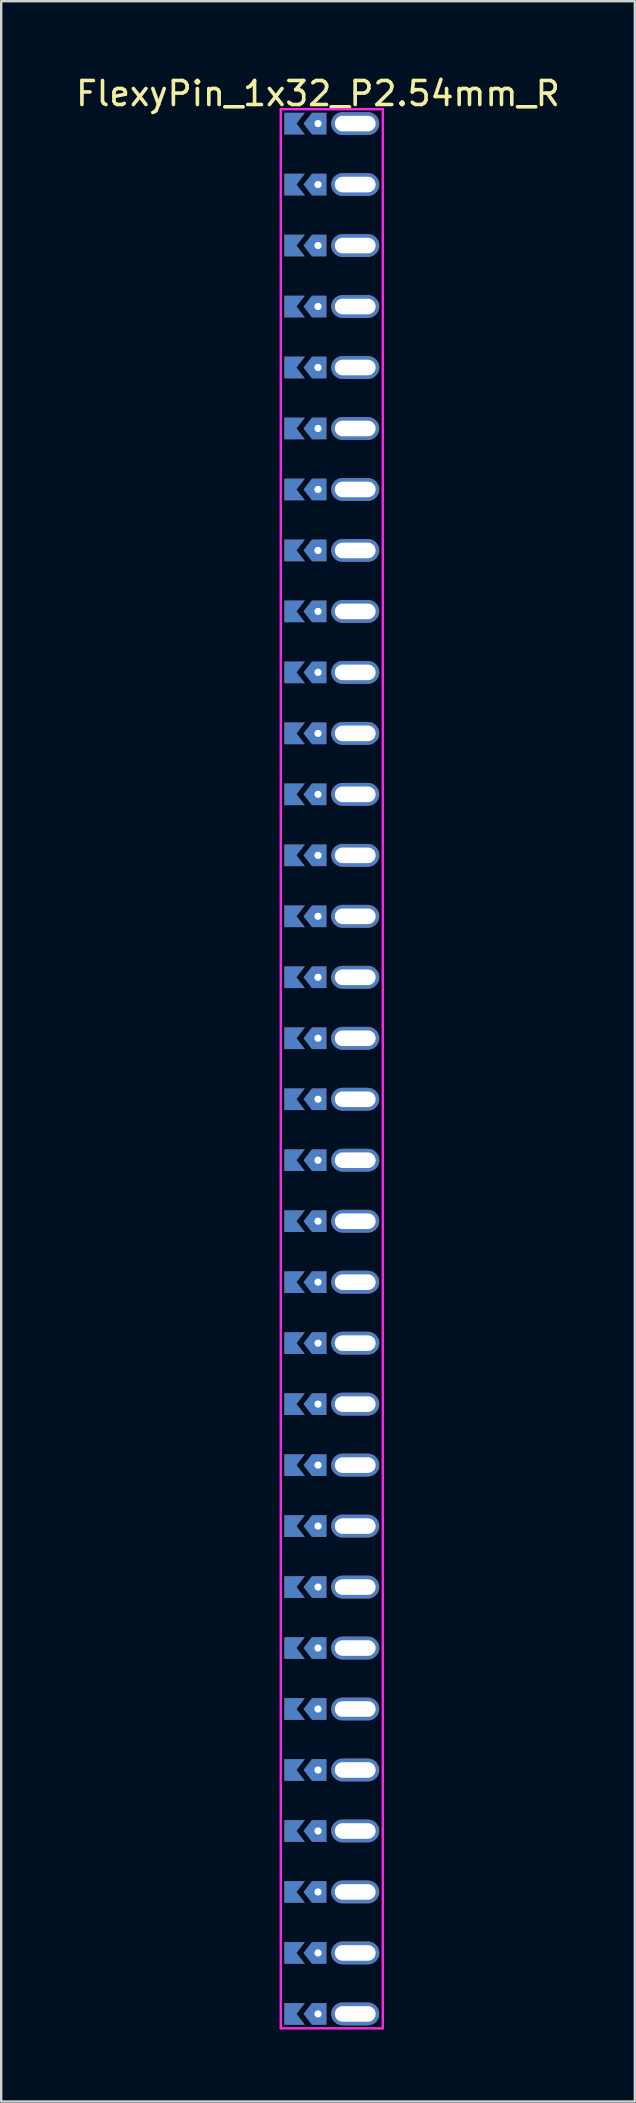
<source format=kicad_pcb>
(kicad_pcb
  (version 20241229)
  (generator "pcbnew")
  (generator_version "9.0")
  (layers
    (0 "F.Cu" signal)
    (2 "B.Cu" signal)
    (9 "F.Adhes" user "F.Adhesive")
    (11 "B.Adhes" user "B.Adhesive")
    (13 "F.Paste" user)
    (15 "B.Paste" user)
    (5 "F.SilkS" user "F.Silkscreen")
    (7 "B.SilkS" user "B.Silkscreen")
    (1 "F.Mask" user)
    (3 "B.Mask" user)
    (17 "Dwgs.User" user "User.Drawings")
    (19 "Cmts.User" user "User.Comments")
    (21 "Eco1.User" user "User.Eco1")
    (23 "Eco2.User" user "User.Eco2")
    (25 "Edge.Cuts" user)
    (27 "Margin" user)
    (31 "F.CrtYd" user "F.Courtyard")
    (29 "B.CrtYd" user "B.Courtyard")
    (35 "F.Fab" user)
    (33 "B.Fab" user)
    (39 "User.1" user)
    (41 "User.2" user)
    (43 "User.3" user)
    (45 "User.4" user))
  (footprint "FlexyPin_1x32_P2.54mm_R"
    (layer "F.Cu")
    (at 10.196 2.098)
    (property "Reference" "FlexyPin_1x32_P2.54mm_R" (at 0 -1.25 0) (layer "F.SilkS") (effects (font (size 1 1) (thickness 0.15))))
    (attr through_hole)
    (fp_line (start -1.55 -0.6) (end 2.7 -0.6) (stroke (width 0.1) (type solid)) (layer "F.CrtYd"))
    (fp_line (start -1.55 79.34) (end -1.55 -0.6) (stroke (width 0.1) (type solid)) (layer "F.CrtYd"))
    (fp_line (start 2.7 -0.6) (end 2.7 79.34) (stroke (width 0.1) (type solid)) (layer "F.CrtYd"))
    (fp_line (start 2.7 79.34) (end -1.55 79.34) (stroke (width 0.1) (type solid)) (layer "F.CrtYd"))
    (pad "" thru_hole custom (at 0 0) (size 0.3 0.3) (drill 0.6) (layers "*.Cu" "*.Mask") (options (anchor rect)) (primitives (gr_poly (pts (xy 0.35 0.45) (xy 0.35 -0.45) (xy -0.25 -0.45) (xy -0.6 0) (xy -0.25 0.45)) (width 0) (fill yes))))
    (pad "" thru_hole custom (at 0 2.54) (size 0.3 0.3) (drill 0.6) (layers "*.Cu" "*.Mask") (options (anchor rect)) (primitives (gr_poly (pts (xy 0.35 0.45) (xy 0.35 -0.45) (xy -0.25 -0.45) (xy -0.6 0) (xy -0.25 0.45)) (width 0) (fill yes))))
    (pad "" thru_hole custom (at 0 5.08) (size 0.3 0.3) (drill 0.6) (layers "*.Cu" "*.Mask") (options (anchor rect)) (primitives (gr_poly (pts (xy 0.35 0.45) (xy 0.35 -0.45) (xy -0.25 -0.45) (xy -0.6 0) (xy -0.25 0.45)) (width 0) (fill yes))))
    (pad "" thru_hole custom (at 0 7.62) (size 0.3 0.3) (drill 0.6) (layers "*.Cu" "*.Mask") (options (anchor rect)) (primitives (gr_poly (pts (xy 0.35 0.45) (xy 0.35 -0.45) (xy -0.25 -0.45) (xy -0.6 0) (xy -0.25 0.45)) (width 0) (fill yes))))
    (pad "" thru_hole custom (at 0 10.16) (size 0.3 0.3) (drill 0.6) (layers "*.Cu" "*.Mask") (options (anchor rect)) (primitives (gr_poly (pts (xy 0.35 0.45) (xy 0.35 -0.45) (xy -0.25 -0.45) (xy -0.6 0) (xy -0.25 0.45)) (width 0) (fill yes))))
    (pad "" thru_hole custom (at 0 12.7) (size 0.3 0.3) (drill 0.6) (layers "*.Cu" "*.Mask") (options (anchor rect)) (primitives (gr_poly (pts (xy 0.35 0.45) (xy 0.35 -0.45) (xy -0.25 -0.45) (xy -0.6 0) (xy -0.25 0.45)) (width 0) (fill yes))))
    (pad "" thru_hole custom (at 0 15.24) (size 0.3 0.3) (drill 0.6) (layers "*.Cu" "*.Mask") (options (anchor rect)) (primitives (gr_poly (pts (xy 0.35 0.45) (xy 0.35 -0.45) (xy -0.25 -0.45) (xy -0.6 0) (xy -0.25 0.45)) (width 0) (fill yes))))
    (pad "" thru_hole custom (at 0 17.78) (size 0.3 0.3) (drill 0.6) (layers "*.Cu" "*.Mask") (options (anchor rect)) (primitives (gr_poly (pts (xy 0.35 0.45) (xy 0.35 -0.45) (xy -0.25 -0.45) (xy -0.6 0) (xy -0.25 0.45)) (width 0) (fill yes))))
    (pad "" thru_hole custom (at 0 20.32) (size 0.3 0.3) (drill 0.6) (layers "*.Cu" "*.Mask") (options (anchor rect)) (primitives (gr_poly (pts (xy 0.35 0.45) (xy 0.35 -0.45) (xy -0.25 -0.45) (xy -0.6 0) (xy -0.25 0.45)) (width 0) (fill yes))))
    (pad "" thru_hole custom (at 0 22.86) (size 0.3 0.3) (drill 0.6) (layers "*.Cu" "*.Mask") (options (anchor rect)) (primitives (gr_poly (pts (xy 0.35 0.45) (xy 0.35 -0.45) (xy -0.25 -0.45) (xy -0.6 0) (xy -0.25 0.45)) (width 0) (fill yes))))
    (pad "" thru_hole custom (at 0 25.4) (size 0.3 0.3) (drill 0.6) (layers "*.Cu" "*.Mask") (options (anchor rect)) (primitives (gr_poly (pts (xy 0.35 0.45) (xy 0.35 -0.45) (xy -0.25 -0.45) (xy -0.6 0) (xy -0.25 0.45)) (width 0) (fill yes))))
    (pad "" thru_hole custom (at 0 27.94) (size 0.3 0.3) (drill 0.6) (layers "*.Cu" "*.Mask") (options (anchor rect)) (primitives (gr_poly (pts (xy 0.35 0.45) (xy 0.35 -0.45) (xy -0.25 -0.45) (xy -0.6 0) (xy -0.25 0.45)) (width 0) (fill yes))))
    (pad "" thru_hole custom (at 0 30.48) (size 0.3 0.3) (drill 0.6) (layers "*.Cu" "*.Mask") (options (anchor rect)) (primitives (gr_poly (pts (xy 0.35 0.45) (xy 0.35 -0.45) (xy -0.25 -0.45) (xy -0.6 0) (xy -0.25 0.45)) (width 0) (fill yes))))
    (pad "" thru_hole custom (at 0 33.02) (size 0.3 0.3) (drill 0.6) (layers "*.Cu" "*.Mask") (options (anchor rect)) (primitives (gr_poly (pts (xy 0.35 0.45) (xy 0.35 -0.45) (xy -0.25 -0.45) (xy -0.6 0) (xy -0.25 0.45)) (width 0) (fill yes))))
    (pad "" thru_hole custom (at 0 35.56) (size 0.3 0.3) (drill 0.6) (layers "*.Cu" "*.Mask") (options (anchor rect)) (primitives (gr_poly (pts (xy 0.35 0.45) (xy 0.35 -0.45) (xy -0.25 -0.45) (xy -0.6 0) (xy -0.25 0.45)) (width 0) (fill yes))))
    (pad "" thru_hole custom (at 0 38.1) (size 0.3 0.3) (drill 0.6) (layers "*.Cu" "*.Mask") (options (anchor rect)) (primitives (gr_poly (pts (xy 0.35 0.45) (xy 0.35 -0.45) (xy -0.25 -0.45) (xy -0.6 0) (xy -0.25 0.45)) (width 0) (fill yes))))
    (pad "" thru_hole custom (at 0 40.64) (size 0.3 0.3) (drill 0.6) (layers "*.Cu" "*.Mask") (options (anchor rect)) (primitives (gr_poly (pts (xy 0.35 0.45) (xy 0.35 -0.45) (xy -0.25 -0.45) (xy -0.6 0) (xy -0.25 0.45)) (width 0) (fill yes))))
    (pad "" thru_hole custom (at 0 43.18) (size 0.3 0.3) (drill 0.6) (layers "*.Cu" "*.Mask") (options (anchor rect)) (primitives (gr_poly (pts (xy 0.35 0.45) (xy 0.35 -0.45) (xy -0.25 -0.45) (xy -0.6 0) (xy -0.25 0.45)) (width 0) (fill yes))))
    (pad "" thru_hole custom (at 0 45.72) (size 0.3 0.3) (drill 0.6) (layers "*.Cu" "*.Mask") (options (anchor rect)) (primitives (gr_poly (pts (xy 0.35 0.45) (xy 0.35 -0.45) (xy -0.25 -0.45) (xy -0.6 0) (xy -0.25 0.45)) (width 0) (fill yes))))
    (pad "" thru_hole custom (at 0 48.26) (size 0.3 0.3) (drill 0.6) (layers "*.Cu" "*.Mask") (options (anchor rect)) (primitives (gr_poly (pts (xy 0.35 0.45) (xy 0.35 -0.45) (xy -0.25 -0.45) (xy -0.6 0) (xy -0.25 0.45)) (width 0) (fill yes))))
    (pad "" thru_hole custom (at 0 50.8) (size 0.3 0.3) (drill 0.6) (layers "*.Cu" "*.Mask") (options (anchor rect)) (primitives (gr_poly (pts (xy 0.35 0.45) (xy 0.35 -0.45) (xy -0.25 -0.45) (xy -0.6 0) (xy -0.25 0.45)) (width 0) (fill yes))))
    (pad "" thru_hole custom (at 0 53.34) (size 0.3 0.3) (drill 0.6) (layers "*.Cu" "*.Mask") (options (anchor rect)) (primitives (gr_poly (pts (xy 0.35 0.45) (xy 0.35 -0.45) (xy -0.25 -0.45) (xy -0.6 0) (xy -0.25 0.45)) (width 0) (fill yes))))
    (pad "" thru_hole custom (at 0 55.88) (size 0.3 0.3) (drill 0.6) (layers "*.Cu" "*.Mask") (options (anchor rect)) (primitives (gr_poly (pts (xy 0.35 0.45) (xy 0.35 -0.45) (xy -0.25 -0.45) (xy -0.6 0) (xy -0.25 0.45)) (width 0) (fill yes))))
    (pad "" thru_hole custom (at 0 58.42) (size 0.3 0.3) (drill 0.6) (layers "*.Cu" "*.Mask") (options (anchor rect)) (primitives (gr_poly (pts (xy 0.35 0.45) (xy 0.35 -0.45) (xy -0.25 -0.45) (xy -0.6 0) (xy -0.25 0.45)) (width 0) (fill yes))))
    (pad "" thru_hole custom (at 0 60.96) (size 0.3 0.3) (drill 0.6) (layers "*.Cu" "*.Mask") (options (anchor rect)) (primitives (gr_poly (pts (xy 0.35 0.45) (xy 0.35 -0.45) (xy -0.25 -0.45) (xy -0.6 0) (xy -0.25 0.45)) (width 0) (fill yes))))
    (pad "" thru_hole custom (at 0 63.5) (size 0.3 0.3) (drill 0.6) (layers "*.Cu" "*.Mask") (options (anchor rect)) (primitives (gr_poly (pts (xy 0.35 0.45) (xy 0.35 -0.45) (xy -0.25 -0.45) (xy -0.6 0) (xy -0.25 0.45)) (width 0) (fill yes))))
    (pad "" thru_hole custom (at 0 66.04) (size 0.3 0.3) (drill 0.6) (layers "*.Cu" "*.Mask") (options (anchor rect)) (primitives (gr_poly (pts (xy 0.35 0.45) (xy 0.35 -0.45) (xy -0.25 -0.45) (xy -0.6 0) (xy -0.25 0.45)) (width 0) (fill yes))))
    (pad "" thru_hole custom (at 0 68.58) (size 0.3 0.3) (drill 0.6) (layers "*.Cu" "*.Mask") (options (anchor rect)) (primitives (gr_poly (pts (xy 0.35 0.45) (xy 0.35 -0.45) (xy -0.25 -0.45) (xy -0.6 0) (xy -0.25 0.45)) (width 0) (fill yes))))
    (pad "" thru_hole custom (at 0 71.12) (size 0.3 0.3) (drill 0.6) (layers "*.Cu" "*.Mask") (options (anchor rect)) (primitives (gr_poly (pts (xy 0.35 0.45) (xy 0.35 -0.45) (xy -0.25 -0.45) (xy -0.6 0) (xy -0.25 0.45)) (width 0) (fill yes))))
    (pad "" thru_hole custom (at 0 73.66) (size 0.3 0.3) (drill 0.6) (layers "*.Cu" "*.Mask") (options (anchor rect)) (primitives (gr_poly (pts (xy 0.35 0.45) (xy 0.35 -0.45) (xy -0.25 -0.45) (xy -0.6 0) (xy -0.25 0.45)) (width 0) (fill yes))))
    (pad "" thru_hole custom (at 0 76.2) (size 0.3 0.3) (drill 0.6) (layers "*.Cu" "*.Mask") (options (anchor rect)) (primitives (gr_poly (pts (xy 0.35 0.45) (xy 0.35 -0.45) (xy -0.25 -0.45) (xy -0.6 0) (xy -0.25 0.45)) (width 0) (fill yes))))
    (pad "" thru_hole custom (at 0 78.74) (size 0.3 0.3) (drill 0.6) (layers "*.Cu" "*.Mask") (options (anchor rect)) (primitives (gr_poly (pts (xy 0.35 0.45) (xy 0.35 -0.45) (xy -0.25 -0.45) (xy -0.6 0) (xy -0.25 0.45)) (width 0) (fill yes))))
    (pad "" thru_hole oval (at 1.55 0) (size 2 0.95) (drill oval 1.7 0.65) (layers "*.Cu" "*.Mask"))
    (pad "" thru_hole oval (at 1.55 2.54) (size 2 0.95) (drill oval 1.7 0.65) (layers "*.Cu" "*.Mask"))
    (pad "" thru_hole oval (at 1.55 5.08) (size 2 0.95) (drill oval 1.7 0.65) (layers "*.Cu" "*.Mask"))
    (pad "" thru_hole oval (at 1.55 7.62) (size 2 0.95) (drill oval 1.7 0.65) (layers "*.Cu" "*.Mask"))
    (pad "" thru_hole oval (at 1.55 10.16) (size 2 0.95) (drill oval 1.7 0.65) (layers "*.Cu" "*.Mask"))
    (pad "" thru_hole oval (at 1.55 12.7) (size 2 0.95) (drill oval 1.7 0.65) (layers "*.Cu" "*.Mask"))
    (pad "" thru_hole oval (at 1.55 15.24) (size 2 0.95) (drill oval 1.7 0.65) (layers "*.Cu" "*.Mask"))
    (pad "" thru_hole oval (at 1.55 17.78) (size 2 0.95) (drill oval 1.7 0.65) (layers "*.Cu" "*.Mask"))
    (pad "" thru_hole oval (at 1.55 20.32) (size 2 0.95) (drill oval 1.7 0.65) (layers "*.Cu" "*.Mask"))
    (pad "" thru_hole oval (at 1.55 22.86) (size 2 0.95) (drill oval 1.7 0.65) (layers "*.Cu" "*.Mask"))
    (pad "" thru_hole oval (at 1.55 25.4) (size 2 0.95) (drill oval 1.7 0.65) (layers "*.Cu" "*.Mask"))
    (pad "" thru_hole oval (at 1.55 27.94) (size 2 0.95) (drill oval 1.7 0.65) (layers "*.Cu" "*.Mask"))
    (pad "" thru_hole oval (at 1.55 30.48) (size 2 0.95) (drill oval 1.7 0.65) (layers "*.Cu" "*.Mask"))
    (pad "" thru_hole oval (at 1.55 33.02) (size 2 0.95) (drill oval 1.7 0.65) (layers "*.Cu" "*.Mask"))
    (pad "" thru_hole oval (at 1.55 35.56) (size 2 0.95) (drill oval 1.7 0.65) (layers "*.Cu" "*.Mask"))
    (pad "" thru_hole oval (at 1.55 38.1) (size 2 0.95) (drill oval 1.7 0.65) (layers "*.Cu" "*.Mask"))
    (pad "" thru_hole oval (at 1.55 40.64) (size 2 0.95) (drill oval 1.7 0.65) (layers "*.Cu" "*.Mask"))
    (pad "" thru_hole oval (at 1.55 43.18) (size 2 0.95) (drill oval 1.7 0.65) (layers "*.Cu" "*.Mask"))
    (pad "" thru_hole oval (at 1.55 45.72) (size 2 0.95) (drill oval 1.7 0.65) (layers "*.Cu" "*.Mask"))
    (pad "" thru_hole oval (at 1.55 48.26) (size 2 0.95) (drill oval 1.7 0.65) (layers "*.Cu" "*.Mask"))
    (pad "" thru_hole oval (at 1.55 50.8) (size 2 0.95) (drill oval 1.7 0.65) (layers "*.Cu" "*.Mask"))
    (pad "" thru_hole oval (at 1.55 53.34) (size 2 0.95) (drill oval 1.7 0.65) (layers "*.Cu" "*.Mask"))
    (pad "" thru_hole oval (at 1.55 55.88) (size 2 0.95) (drill oval 1.7 0.65) (layers "*.Cu" "*.Mask"))
    (pad "" thru_hole oval (at 1.55 58.42) (size 2 0.95) (drill oval 1.7 0.65) (layers "*.Cu" "*.Mask"))
    (pad "" thru_hole oval (at 1.55 60.96) (size 2 0.95) (drill oval 1.7 0.65) (layers "*.Cu" "*.Mask"))
    (pad "" thru_hole oval (at 1.55 63.5) (size 2 0.95) (drill oval 1.7 0.65) (layers "*.Cu" "*.Mask"))
    (pad "" thru_hole oval (at 1.55 66.04) (size 2 0.95) (drill oval 1.7 0.65) (layers "*.Cu" "*.Mask"))
    (pad "" thru_hole oval (at 1.55 68.58) (size 2 0.95) (drill oval 1.7 0.65) (layers "*.Cu" "*.Mask"))
    (pad "" thru_hole oval (at 1.55 71.12) (size 2 0.95) (drill oval 1.7 0.65) (layers "*.Cu" "*.Mask"))
    (pad "" thru_hole oval (at 1.55 73.66) (size 2 0.95) (drill oval 1.7 0.65) (layers "*.Cu" "*.Mask"))
    (pad "" thru_hole oval (at 1.55 76.2) (size 2 0.95) (drill oval 1.7 0.65) (layers "*.Cu" "*.Mask"))
    (pad "" thru_hole oval (at 1.55 78.74) (size 2 0.95) (drill oval 1.7 0.65) (layers "*.Cu" "*.Mask"))
    (pad "1" smd custom (at -0.9 0) (size 0.01 0.01) (layers "F.Cu" "F.Mask") (options (anchor rect)) (primitives (gr_poly (pts (xy 0 0) (xy 0.35 0.45) (xy -0.5 0.45) (xy -0.5 -0.45) (xy 0.35 -0.45)) (width 0) (fill yes))))
    (pad "2" smd custom (at -0.9 2.54) (size 0.01 0.01) (layers "F.Cu" "F.Mask") (options (anchor rect)) (primitives (gr_poly (pts (xy 0 0) (xy 0.35 0.45) (xy -0.5 0.45) (xy -0.5 -0.45) (xy 0.35 -0.45)) (width 0) (fill yes))))
    (pad "3" smd custom (at -0.9 5.08) (size 0.01 0.01) (layers "F.Cu" "F.Mask") (options (anchor rect)) (primitives (gr_poly (pts (xy 0 0) (xy 0.35 0.45) (xy -0.5 0.45) (xy -0.5 -0.45) (xy 0.35 -0.45)) (width 0) (fill yes))))
    (pad "4" smd custom (at -0.9 7.62) (size 0.01 0.01) (layers "F.Cu" "F.Mask") (options (anchor rect)) (primitives (gr_poly (pts (xy 0 0) (xy 0.35 0.45) (xy -0.5 0.45) (xy -0.5 -0.45) (xy 0.35 -0.45)) (width 0) (fill yes))))
    (pad "5" smd custom (at -0.9 10.16) (size 0.01 0.01) (layers "F.Cu" "F.Mask") (options (anchor rect)) (primitives (gr_poly (pts (xy 0 0) (xy 0.35 0.45) (xy -0.5 0.45) (xy -0.5 -0.45) (xy 0.35 -0.45)) (width 0) (fill yes))))
    (pad "6" smd custom (at -0.9 12.7) (size 0.01 0.01) (layers "F.Cu" "F.Mask") (options (anchor rect)) (primitives (gr_poly (pts (xy 0 0) (xy 0.35 0.45) (xy -0.5 0.45) (xy -0.5 -0.45) (xy 0.35 -0.45)) (width 0) (fill yes))))
    (pad "7" smd custom (at -0.9 15.24) (size 0.01 0.01) (layers "F.Cu" "F.Mask") (options (anchor rect)) (primitives (gr_poly (pts (xy 0 0) (xy 0.35 0.45) (xy -0.5 0.45) (xy -0.5 -0.45) (xy 0.35 -0.45)) (width 0) (fill yes))))
    (pad "8" smd custom (at -0.9 17.78) (size 0.01 0.01) (layers "F.Cu" "F.Mask") (options (anchor rect)) (primitives (gr_poly (pts (xy 0 0) (xy 0.35 0.45) (xy -0.5 0.45) (xy -0.5 -0.45) (xy 0.35 -0.45)) (width 0) (fill yes))))
    (pad "9" smd custom (at -0.9 20.32) (size 0.01 0.01) (layers "F.Cu" "F.Mask") (options (anchor rect)) (primitives (gr_poly (pts (xy 0 0) (xy 0.35 0.45) (xy -0.5 0.45) (xy -0.5 -0.45) (xy 0.35 -0.45)) (width 0) (fill yes))))
    (pad "10" smd custom (at -0.9 22.86) (size 0.01 0.01) (layers "F.Cu" "F.Mask") (options (anchor rect)) (primitives (gr_poly (pts (xy 0 0) (xy 0.35 0.45) (xy -0.5 0.45) (xy -0.5 -0.45) (xy 0.35 -0.45)) (width 0) (fill yes))))
    (pad "11" smd custom (at -0.9 25.4) (size 0.01 0.01) (layers "F.Cu" "F.Mask") (options (anchor rect)) (primitives (gr_poly (pts (xy 0 0) (xy 0.35 0.45) (xy -0.5 0.45) (xy -0.5 -0.45) (xy 0.35 -0.45)) (width 0) (fill yes))))
    (pad "12" smd custom (at -0.9 27.94) (size 0.01 0.01) (layers "F.Cu" "F.Mask") (options (anchor rect)) (primitives (gr_poly (pts (xy 0 0) (xy 0.35 0.45) (xy -0.5 0.45) (xy -0.5 -0.45) (xy 0.35 -0.45)) (width 0) (fill yes))))
    (pad "13" smd custom (at -0.9 30.48) (size 0.01 0.01) (layers "F.Cu" "F.Mask") (options (anchor rect)) (primitives (gr_poly (pts (xy 0 0) (xy 0.35 0.45) (xy -0.5 0.45) (xy -0.5 -0.45) (xy 0.35 -0.45)) (width 0) (fill yes))))
    (pad "14" smd custom (at -0.9 33.02) (size 0.01 0.01) (layers "F.Cu" "F.Mask") (options (anchor rect)) (primitives (gr_poly (pts (xy 0 0) (xy 0.35 0.45) (xy -0.5 0.45) (xy -0.5 -0.45) (xy 0.35 -0.45)) (width 0) (fill yes))))
    (pad "15" smd custom (at -0.9 35.56) (size 0.01 0.01) (layers "F.Cu" "F.Mask") (options (anchor rect)) (primitives (gr_poly (pts (xy 0 0) (xy 0.35 0.45) (xy -0.5 0.45) (xy -0.5 -0.45) (xy 0.35 -0.45)) (width 0) (fill yes))))
    (pad "16" smd custom (at -0.9 38.1) (size 0.01 0.01) (layers "F.Cu" "F.Mask") (options (anchor rect)) (primitives (gr_poly (pts (xy 0 0) (xy 0.35 0.45) (xy -0.5 0.45) (xy -0.5 -0.45) (xy 0.35 -0.45)) (width 0) (fill yes))))
    (pad "17" smd custom (at -0.9 40.64) (size 0.01 0.01) (layers "F.Cu" "F.Mask") (options (anchor rect)) (primitives (gr_poly (pts (xy 0 0) (xy 0.35 0.45) (xy -0.5 0.45) (xy -0.5 -0.45) (xy 0.35 -0.45)) (width 0) (fill yes))))
    (pad "18" smd custom (at -0.9 43.18) (size 0.01 0.01) (layers "F.Cu" "F.Mask") (options (anchor rect)) (primitives (gr_poly (pts (xy 0 0) (xy 0.35 0.45) (xy -0.5 0.45) (xy -0.5 -0.45) (xy 0.35 -0.45)) (width 0) (fill yes))))
    (pad "19" smd custom (at -0.9 45.72) (size 0.01 0.01) (layers "F.Cu" "F.Mask") (options (anchor rect)) (primitives (gr_poly (pts (xy 0 0) (xy 0.35 0.45) (xy -0.5 0.45) (xy -0.5 -0.45) (xy 0.35 -0.45)) (width 0) (fill yes))))
    (pad "20" smd custom (at -0.9 48.26) (size 0.01 0.01) (layers "F.Cu" "F.Mask") (options (anchor rect)) (primitives (gr_poly (pts (xy 0 0) (xy 0.35 0.45) (xy -0.5 0.45) (xy -0.5 -0.45) (xy 0.35 -0.45)) (width 0) (fill yes))))
    (pad "21" smd custom (at -0.9 50.8) (size 0.01 0.01) (layers "F.Cu" "F.Mask") (options (anchor rect)) (primitives (gr_poly (pts (xy 0 0) (xy 0.35 0.45) (xy -0.5 0.45) (xy -0.5 -0.45) (xy 0.35 -0.45)) (width 0) (fill yes))))
    (pad "22" smd custom (at -0.9 53.34) (size 0.01 0.01) (layers "F.Cu" "F.Mask") (options (anchor rect)) (primitives (gr_poly (pts (xy 0 0) (xy 0.35 0.45) (xy -0.5 0.45) (xy -0.5 -0.45) (xy 0.35 -0.45)) (width 0) (fill yes))))
    (pad "23" smd custom (at -0.9 55.88) (size 0.01 0.01) (layers "F.Cu" "F.Mask") (options (anchor rect)) (primitives (gr_poly (pts (xy 0 0) (xy 0.35 0.45) (xy -0.5 0.45) (xy -0.5 -0.45) (xy 0.35 -0.45)) (width 0) (fill yes))))
    (pad "24" smd custom (at -0.9 58.42) (size 0.01 0.01) (layers "F.Cu" "F.Mask") (options (anchor rect)) (primitives (gr_poly (pts (xy 0 0) (xy 0.35 0.45) (xy -0.5 0.45) (xy -0.5 -0.45) (xy 0.35 -0.45)) (width 0) (fill yes))))
    (pad "25" smd custom (at -0.9 60.96) (size 0.01 0.01) (layers "F.Cu" "F.Mask") (options (anchor rect)) (primitives (gr_poly (pts (xy 0 0) (xy 0.35 0.45) (xy -0.5 0.45) (xy -0.5 -0.45) (xy 0.35 -0.45)) (width 0) (fill yes))))
    (pad "26" smd custom (at -0.9 63.5) (size 0.01 0.01) (layers "F.Cu" "F.Mask") (options (anchor rect)) (primitives (gr_poly (pts (xy 0 0) (xy 0.35 0.45) (xy -0.5 0.45) (xy -0.5 -0.45) (xy 0.35 -0.45)) (width 0) (fill yes))))
    (pad "27" smd custom (at -0.9 66.04) (size 0.01 0.01) (layers "F.Cu" "F.Mask") (options (anchor rect)) (primitives (gr_poly (pts (xy 0 0) (xy 0.35 0.45) (xy -0.5 0.45) (xy -0.5 -0.45) (xy 0.35 -0.45)) (width 0) (fill yes))))
    (pad "28" smd custom (at -0.9 68.58) (size 0.01 0.01) (layers "F.Cu" "F.Mask") (options (anchor rect)) (primitives (gr_poly (pts (xy 0 0) (xy 0.35 0.45) (xy -0.5 0.45) (xy -0.5 -0.45) (xy 0.35 -0.45)) (width 0) (fill yes))))
    (pad "29" smd custom (at -0.9 71.12) (size 0.01 0.01) (layers "F.Cu" "F.Mask") (options (anchor rect)) (primitives (gr_poly (pts (xy 0 0) (xy 0.35 0.45) (xy -0.5 0.45) (xy -0.5 -0.45) (xy 0.35 -0.45)) (width 0) (fill yes))))
    (pad "30" smd custom (at -0.9 73.66) (size 0.01 0.01) (layers "F.Cu" "F.Mask") (options (anchor rect)) (primitives (gr_poly (pts (xy 0 0) (xy 0.35 0.45) (xy -0.5 0.45) (xy -0.5 -0.45) (xy 0.35 -0.45)) (width 0) (fill yes))))
    (pad "31" smd custom (at -0.9 76.2) (size 0.01 0.01) (layers "F.Cu" "F.Mask") (options (anchor rect)) (primitives (gr_poly (pts (xy 0 0) (xy 0.35 0.45) (xy -0.5 0.45) (xy -0.5 -0.45) (xy 0.35 -0.45)) (width 0) (fill yes))))
    (pad "32" smd custom (at -0.9 78.74) (size 0.01 0.01) (layers "F.Cu" "F.Mask") (options (anchor rect)) (primitives (gr_poly (pts (xy 0 0) (xy 0.35 0.45) (xy -0.5 0.45) (xy -0.5 -0.45) (xy 0.35 -0.45)) (width 0) (fill yes))))
    (pad "33" smd custom (at -0.9 0) (size 0.01 0.01) (layers "B.Cu" "B.Mask") (options (anchor rect)) (primitives (gr_poly (pts (xy 0 0) (xy 0.35 0.45) (xy -0.5 0.45) (xy -0.5 -0.45) (xy 0.35 -0.45)) (width 0) (fill yes))))
    (pad "34" smd custom (at -0.9 2.54) (size 0.01 0.01) (layers "B.Cu" "B.Mask") (options (anchor rect)) (primitives (gr_poly (pts (xy 0 0) (xy 0.35 0.45) (xy -0.5 0.45) (xy -0.5 -0.45) (xy 0.35 -0.45)) (width 0) (fill yes))))
    (pad "35" smd custom (at -0.9 5.08) (size 0.01 0.01) (layers "B.Cu" "B.Mask") (options (anchor rect)) (primitives (gr_poly (pts (xy 0 0) (xy 0.35 0.45) (xy -0.5 0.45) (xy -0.5 -0.45) (xy 0.35 -0.45)) (width 0) (fill yes))))
    (pad "36" smd custom (at -0.9 7.62) (size 0.01 0.01) (layers "B.Cu" "B.Mask") (options (anchor rect)) (primitives (gr_poly (pts (xy 0 0) (xy 0.35 0.45) (xy -0.5 0.45) (xy -0.5 -0.45) (xy 0.35 -0.45)) (width 0) (fill yes))))
    (pad "37" smd custom (at -0.9 10.16) (size 0.01 0.01) (layers "B.Cu" "B.Mask") (options (anchor rect)) (primitives (gr_poly (pts (xy 0 0) (xy 0.35 0.45) (xy -0.5 0.45) (xy -0.5 -0.45) (xy 0.35 -0.45)) (width 0) (fill yes))))
    (pad "38" smd custom (at -0.9 12.7) (size 0.01 0.01) (layers "B.Cu" "B.Mask") (options (anchor rect)) (primitives (gr_poly (pts (xy 0 0) (xy 0.35 0.45) (xy -0.5 0.45) (xy -0.5 -0.45) (xy 0.35 -0.45)) (width 0) (fill yes))))
    (pad "39" smd custom (at -0.9 15.24) (size 0.01 0.01) (layers "B.Cu" "B.Mask") (options (anchor rect)) (primitives (gr_poly (pts (xy 0 0) (xy 0.35 0.45) (xy -0.5 0.45) (xy -0.5 -0.45) (xy 0.35 -0.45)) (width 0) (fill yes))))
    (pad "40" smd custom (at -0.9 17.78) (size 0.01 0.01) (layers "B.Cu" "B.Mask") (options (anchor rect)) (primitives (gr_poly (pts (xy 0 0) (xy 0.35 0.45) (xy -0.5 0.45) (xy -0.5 -0.45) (xy 0.35 -0.45)) (width 0) (fill yes))))
    (pad "41" smd custom (at -0.9 20.32) (size 0.01 0.01) (layers "B.Cu" "B.Mask") (options (anchor rect)) (primitives (gr_poly (pts (xy 0 0) (xy 0.35 0.45) (xy -0.5 0.45) (xy -0.5 -0.45) (xy 0.35 -0.45)) (width 0) (fill yes))))
    (pad "42" smd custom (at -0.9 22.86) (size 0.01 0.01) (layers "B.Cu" "B.Mask") (options (anchor rect)) (primitives (gr_poly (pts (xy 0 0) (xy 0.35 0.45) (xy -0.5 0.45) (xy -0.5 -0.45) (xy 0.35 -0.45)) (width 0) (fill yes))))
    (pad "43" smd custom (at -0.9 25.4) (size 0.01 0.01) (layers "B.Cu" "B.Mask") (options (anchor rect)) (primitives (gr_poly (pts (xy 0 0) (xy 0.35 0.45) (xy -0.5 0.45) (xy -0.5 -0.45) (xy 0.35 -0.45)) (width 0) (fill yes))))
    (pad "44" smd custom (at -0.9 27.94) (size 0.01 0.01) (layers "B.Cu" "B.Mask") (options (anchor rect)) (primitives (gr_poly (pts (xy 0 0) (xy 0.35 0.45) (xy -0.5 0.45) (xy -0.5 -0.45) (xy 0.35 -0.45)) (width 0) (fill yes))))
    (pad "45" smd custom (at -0.9 30.48) (size 0.01 0.01) (layers "B.Cu" "B.Mask") (options (anchor rect)) (primitives (gr_poly (pts (xy 0 0) (xy 0.35 0.45) (xy -0.5 0.45) (xy -0.5 -0.45) (xy 0.35 -0.45)) (width 0) (fill yes))))
    (pad "46" smd custom (at -0.9 33.02) (size 0.01 0.01) (layers "B.Cu" "B.Mask") (options (anchor rect)) (primitives (gr_poly (pts (xy 0 0) (xy 0.35 0.45) (xy -0.5 0.45) (xy -0.5 -0.45) (xy 0.35 -0.45)) (width 0) (fill yes))))
    (pad "47" smd custom (at -0.9 35.56) (size 0.01 0.01) (layers "B.Cu" "B.Mask") (options (anchor rect)) (primitives (gr_poly (pts (xy 0 0) (xy 0.35 0.45) (xy -0.5 0.45) (xy -0.5 -0.45) (xy 0.35 -0.45)) (width 0) (fill yes))))
    (pad "48" smd custom (at -0.9 38.1) (size 0.01 0.01) (layers "B.Cu" "B.Mask") (options (anchor rect)) (primitives (gr_poly (pts (xy 0 0) (xy 0.35 0.45) (xy -0.5 0.45) (xy -0.5 -0.45) (xy 0.35 -0.45)) (width 0) (fill yes))))
    (pad "49" smd custom (at -0.9 40.64) (size 0.01 0.01) (layers "B.Cu" "B.Mask") (options (anchor rect)) (primitives (gr_poly (pts (xy 0 0) (xy 0.35 0.45) (xy -0.5 0.45) (xy -0.5 -0.45) (xy 0.35 -0.45)) (width 0) (fill yes))))
    (pad "50" smd custom (at -0.9 43.18) (size 0.01 0.01) (layers "B.Cu" "B.Mask") (options (anchor rect)) (primitives (gr_poly (pts (xy 0 0) (xy 0.35 0.45) (xy -0.5 0.45) (xy -0.5 -0.45) (xy 0.35 -0.45)) (width 0) (fill yes))))
    (pad "51" smd custom (at -0.9 45.72) (size 0.01 0.01) (layers "B.Cu" "B.Mask") (options (anchor rect)) (primitives (gr_poly (pts (xy 0 0) (xy 0.35 0.45) (xy -0.5 0.45) (xy -0.5 -0.45) (xy 0.35 -0.45)) (width 0) (fill yes))))
    (pad "52" smd custom (at -0.9 48.26) (size 0.01 0.01) (layers "B.Cu" "B.Mask") (options (anchor rect)) (primitives (gr_poly (pts (xy 0 0) (xy 0.35 0.45) (xy -0.5 0.45) (xy -0.5 -0.45) (xy 0.35 -0.45)) (width 0) (fill yes))))
    (pad "53" smd custom (at -0.9 50.8) (size 0.01 0.01) (layers "B.Cu" "B.Mask") (options (anchor rect)) (primitives (gr_poly (pts (xy 0 0) (xy 0.35 0.45) (xy -0.5 0.45) (xy -0.5 -0.45) (xy 0.35 -0.45)) (width 0) (fill yes))))
    (pad "54" smd custom (at -0.9 53.34) (size 0.01 0.01) (layers "B.Cu" "B.Mask") (options (anchor rect)) (primitives (gr_poly (pts (xy 0 0) (xy 0.35 0.45) (xy -0.5 0.45) (xy -0.5 -0.45) (xy 0.35 -0.45)) (width 0) (fill yes))))
    (pad "55" smd custom (at -0.9 55.88) (size 0.01 0.01) (layers "B.Cu" "B.Mask") (options (anchor rect)) (primitives (gr_poly (pts (xy 0 0) (xy 0.35 0.45) (xy -0.5 0.45) (xy -0.5 -0.45) (xy 0.35 -0.45)) (width 0) (fill yes))))
    (pad "56" smd custom (at -0.9 58.42) (size 0.01 0.01) (layers "B.Cu" "B.Mask") (options (anchor rect)) (primitives (gr_poly (pts (xy 0 0) (xy 0.35 0.45) (xy -0.5 0.45) (xy -0.5 -0.45) (xy 0.35 -0.45)) (width 0) (fill yes))))
    (pad "57" smd custom (at -0.9 60.96) (size 0.01 0.01) (layers "B.Cu" "B.Mask") (options (anchor rect)) (primitives (gr_poly (pts (xy 0 0) (xy 0.35 0.45) (xy -0.5 0.45) (xy -0.5 -0.45) (xy 0.35 -0.45)) (width 0) (fill yes))))
    (pad "58" smd custom (at -0.9 63.5) (size 0.01 0.01) (layers "B.Cu" "B.Mask") (options (anchor rect)) (primitives (gr_poly (pts (xy 0 0) (xy 0.35 0.45) (xy -0.5 0.45) (xy -0.5 -0.45) (xy 0.35 -0.45)) (width 0) (fill yes))))
    (pad "59" smd custom (at -0.9 66.04) (size 0.01 0.01) (layers "B.Cu" "B.Mask") (options (anchor rect)) (primitives (gr_poly (pts (xy 0 0) (xy 0.35 0.45) (xy -0.5 0.45) (xy -0.5 -0.45) (xy 0.35 -0.45)) (width 0) (fill yes))))
    (pad "60" smd custom (at -0.9 68.58) (size 0.01 0.01) (layers "B.Cu" "B.Mask") (options (anchor rect)) (primitives (gr_poly (pts (xy 0 0) (xy 0.35 0.45) (xy -0.5 0.45) (xy -0.5 -0.45) (xy 0.35 -0.45)) (width 0) (fill yes))))
    (pad "61" smd custom (at -0.9 71.12) (size 0.01 0.01) (layers "B.Cu" "B.Mask") (options (anchor rect)) (primitives (gr_poly (pts (xy 0 0) (xy 0.35 0.45) (xy -0.5 0.45) (xy -0.5 -0.45) (xy 0.35 -0.45)) (width 0) (fill yes))))
    (pad "62" smd custom (at -0.9 73.66) (size 0.01 0.01) (layers "B.Cu" "B.Mask") (options (anchor rect)) (primitives (gr_poly (pts (xy 0 0) (xy 0.35 0.45) (xy -0.5 0.45) (xy -0.5 -0.45) (xy 0.35 -0.45)) (width 0) (fill yes))))
    (pad "63" smd custom (at -0.9 76.2) (size 0.01 0.01) (layers "B.Cu" "B.Mask") (options (anchor rect)) (primitives (gr_poly (pts (xy 0 0) (xy 0.35 0.45) (xy -0.5 0.45) (xy -0.5 -0.45) (xy 0.35 -0.45)) (width 0) (fill yes))))
    (pad "64" smd custom (at -0.9 78.74) (size 0.01 0.01) (layers "B.Cu" "B.Mask") (options (anchor rect)) (primitives (gr_poly (pts (xy 0 0) (xy 0.35 0.45) (xy -0.5 0.45) (xy -0.5 -0.45) (xy 0.35 -0.45)) (width 0) (fill yes)))))
  (gr_rect
    (start -3 -3)
    (end 23.393 84.488)
    (stroke (width 0.1) (type default))
    (fill no)
    (layer "Edge.Cuts")))
</source>
